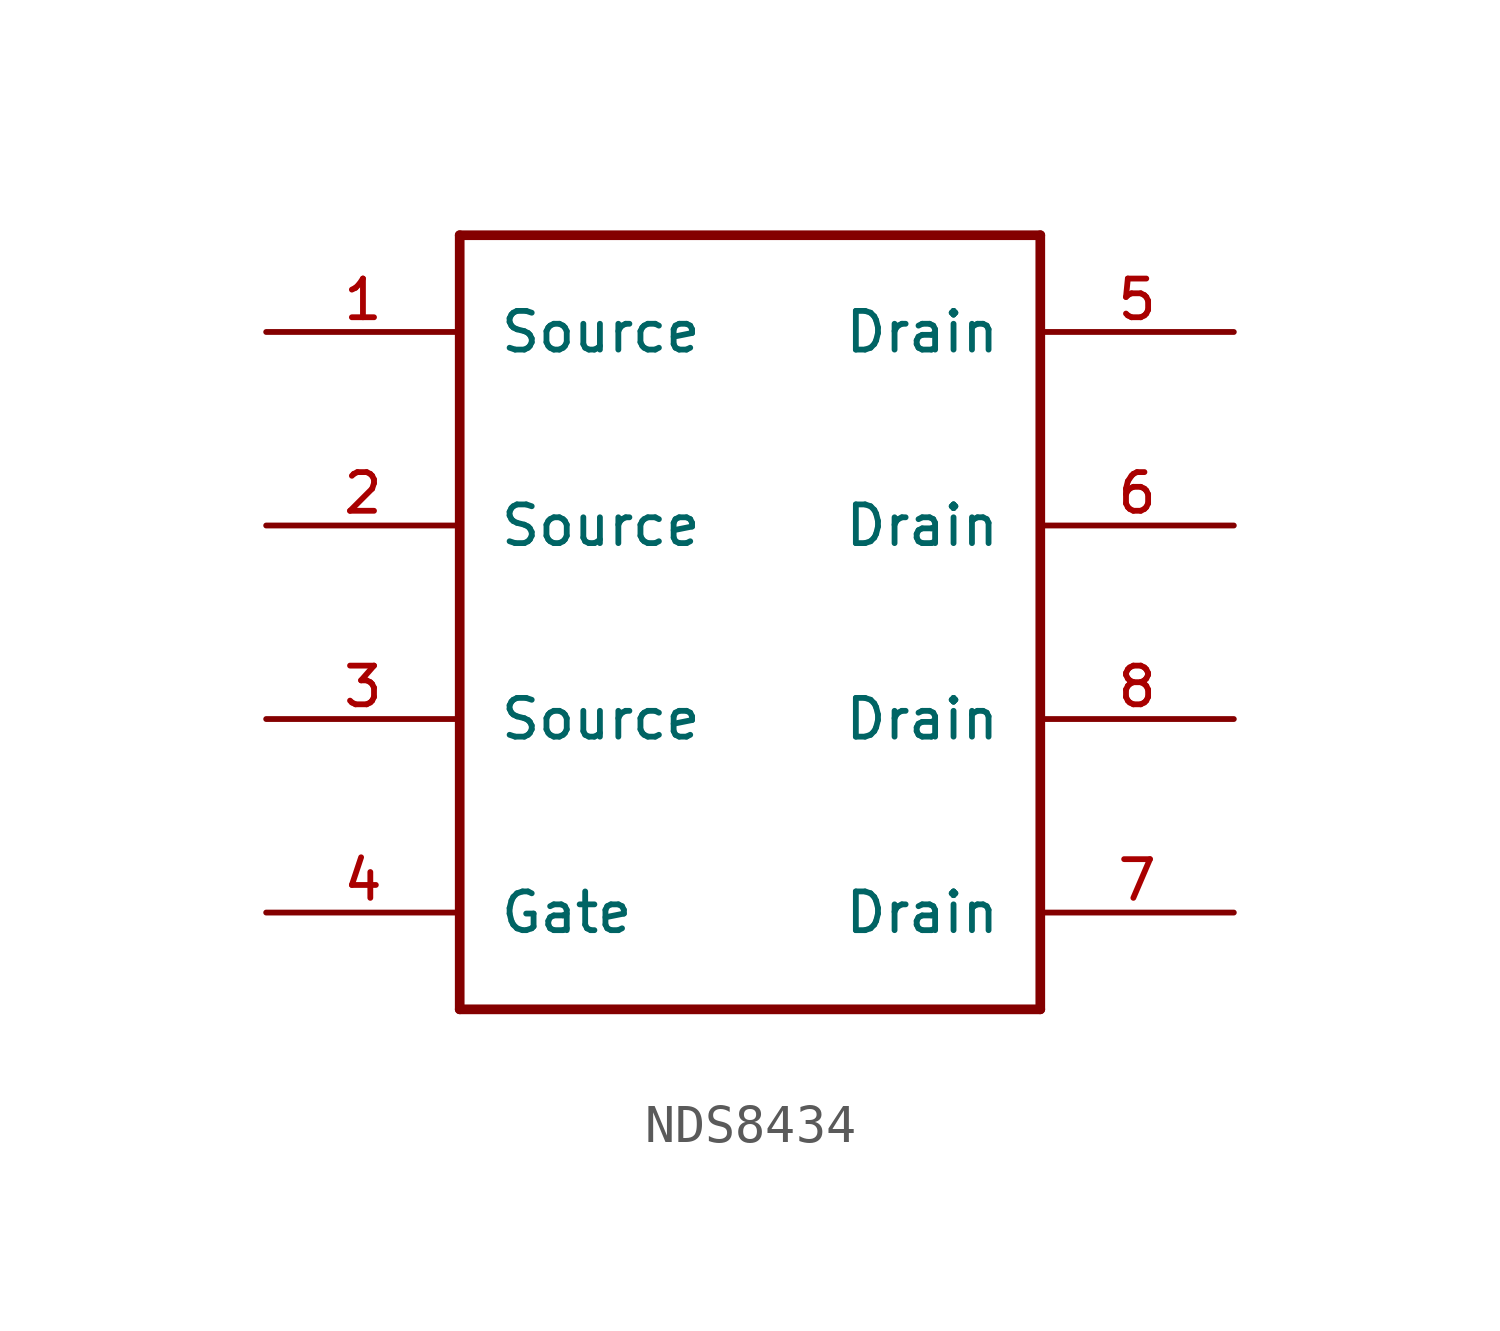
<source format=kicad_sym>
(kicad_symbol_lib
  (version 20220914)
  (generator kicad_symbol_editor)
  (symbol "NDS8434"
    (pin_names
      (offset 1.016))
    (property "Reference" "U"
      (at 0 0 0)
      (effects (font (size 1.27 1.27)) (justify left bottom) hide))
    (symbol "NDS8434_0_0"
      (polyline (pts (xy -7.62 -10.16) (xy -7.62 10.16)) (stroke (width 0.254) (type default)) (fill (type none)))
      (polyline (pts (xy -7.62 10.16) (xy 7.62 10.16)) (stroke (width 0.254) (type default)) (fill (type none)))
      (polyline (pts (xy 7.62 -10.16) (xy -7.62 -10.16)) (stroke (width 0.254) (type default)) (fill (type none)))
      (polyline (pts (xy 7.62 10.16) (xy 7.62 -10.16)) (stroke (width 0.254) (type default)) (fill (type none)))
      (pin bidirectional line (at -12.7 7.62 0) (length 5.08) (name "Source" (effects (font (size 1.016 1.016)))) (number "1" (effects (font (size 1.016 1.016)))))
      (pin bidirectional line (at -12.7 2.54 0) (length 5.08) (name "Source" (effects (font (size 1.016 1.016)))) (number "2" (effects (font (size 1.016 1.016)))))
      (pin bidirectional line (at -12.7 -2.54 0) (length 5.08) (name "Source" (effects (font (size 1.016 1.016)))) (number "3" (effects (font (size 1.016 1.016)))))
      (pin bidirectional line (at -12.7 -7.62 0) (length 5.08) (name "Gate" (effects (font (size 1.016 1.016)))) (number "4" (effects (font (size 1.016 1.016)))))
      (pin bidirectional line (at 12.7 7.62 180) (length 5.08) (name "Drain" (effects (font (size 1.016 1.016)))) (number "5" (effects (font (size 1.016 1.016)))))
      (pin bidirectional line (at 12.7 2.54 180) (length 5.08) (name "Drain" (effects (font (size 1.016 1.016)))) (number "6" (effects (font (size 1.016 1.016)))))
      (pin bidirectional line (at 12.7 -7.62 180) (length 5.08) (name "Drain" (effects (font (size 1.016 1.016)))) (number "7" (effects (font (size 1.016 1.016)))))
      (pin bidirectional line (at 12.7 -2.54 180) (length 5.08) (name "Drain" (effects (font (size 1.016 1.016)))) (number "8" (effects (font (size 1.016 1.016))))))))
</source>
